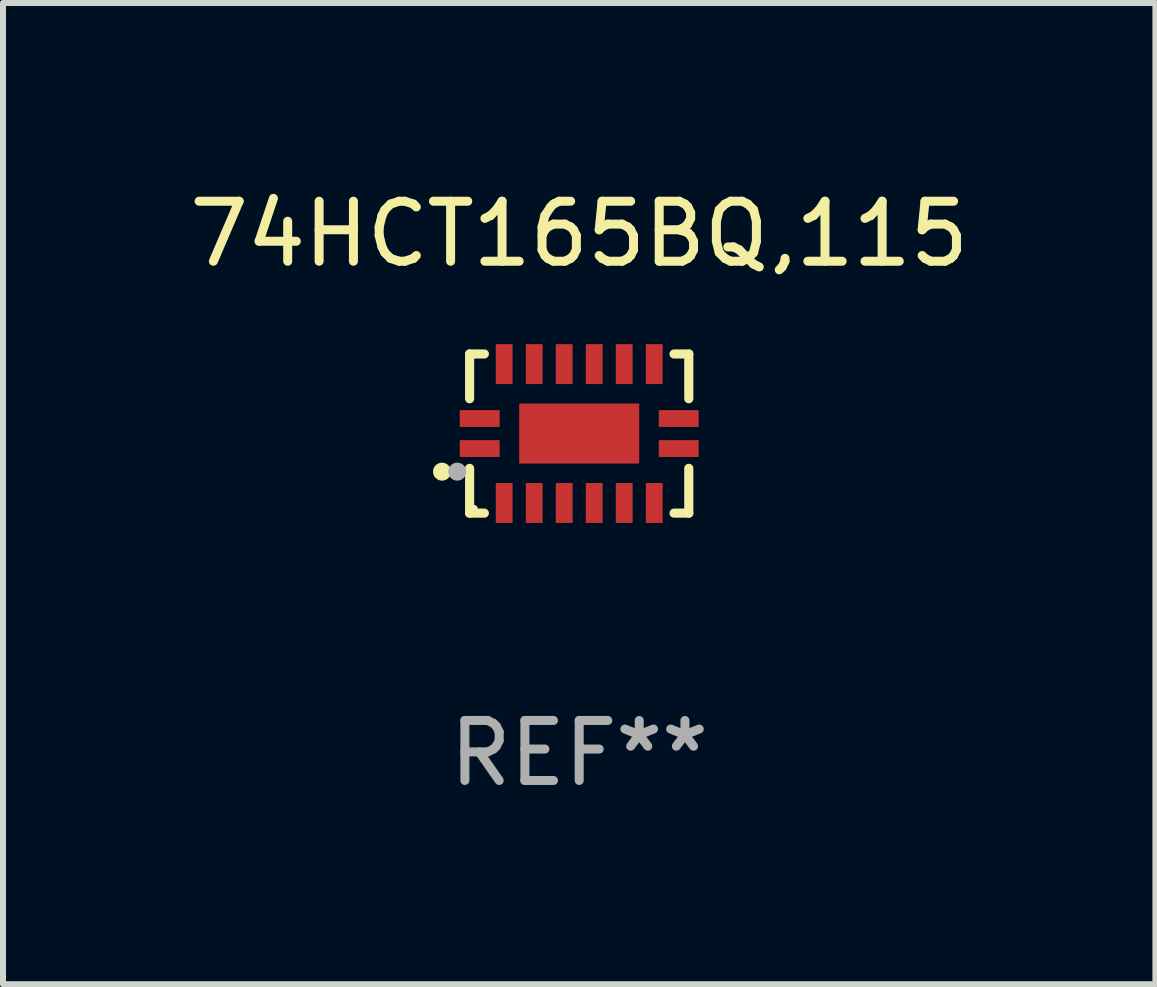
<source format=kicad_pcb>
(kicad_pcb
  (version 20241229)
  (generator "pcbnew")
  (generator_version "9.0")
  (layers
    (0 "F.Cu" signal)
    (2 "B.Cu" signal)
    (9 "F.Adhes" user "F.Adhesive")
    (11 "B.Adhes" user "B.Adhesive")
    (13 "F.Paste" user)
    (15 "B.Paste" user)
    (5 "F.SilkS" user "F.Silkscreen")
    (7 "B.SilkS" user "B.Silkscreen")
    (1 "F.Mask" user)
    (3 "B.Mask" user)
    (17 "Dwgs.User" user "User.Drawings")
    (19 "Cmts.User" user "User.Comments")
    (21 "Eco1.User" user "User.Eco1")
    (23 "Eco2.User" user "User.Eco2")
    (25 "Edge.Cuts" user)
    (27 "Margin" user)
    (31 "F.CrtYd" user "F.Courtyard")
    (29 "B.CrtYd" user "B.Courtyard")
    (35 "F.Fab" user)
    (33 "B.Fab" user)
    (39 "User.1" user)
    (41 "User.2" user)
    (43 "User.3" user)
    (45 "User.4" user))
  (footprint "74HCT165BQ,115"
    (layer "F.Cu")
    (at 6.601 4.174)
    (property "Reference" "74HCT165BQ,115" (at 0 -3.326 0) (layer "F.SilkS") (effects (font (size 1 1) (thickness 0.15))))
    (attr through_hole)
    (fp_line (start -1.826 -1.326) (end -1.58 -1.326) (stroke (width 0.152) (type solid)) (layer "F.SilkS"))
    (fp_line (start -1.826 -0.58) (end -1.826 -1.326) (stroke (width 0.152) (type solid)) (layer "F.SilkS"))
    (fp_line (start -1.826 0.58) (end -1.826 1.326) (stroke (width 0.152) (type solid)) (layer "F.SilkS"))
    (fp_line (start -1.826 1.326) (end -1.58 1.326) (stroke (width 0.152) (type solid)) (layer "F.SilkS"))
    (fp_line (start 1.826 -1.326) (end 1.58 -1.326) (stroke (width 0.152) (type solid)) (layer "F.SilkS"))
    (fp_line (start 1.826 -0.58) (end 1.826 -1.326) (stroke (width 0.152) (type solid)) (layer "F.SilkS"))
    (fp_line (start 1.826 0.58) (end 1.826 1.326) (stroke (width 0.152) (type solid)) (layer "F.SilkS"))
    (fp_line (start 1.826 1.326) (end 1.58 1.326) (stroke (width 0.152) (type solid)) (layer "F.SilkS"))
    (fp_circle (center -2.286 0.635) (end -2.211 0.635) (stroke (width 0.15) (type solid)) (fill no) (layer "F.SilkS"))
    (fp_circle (center -1.75 1.25) (end -1.72 1.25) (stroke (width 0.06) (type solid)) (fill no) (layer "F.SilkS"))
    (fp_circle (center -2.032 0.635) (end -1.957 0.635) (stroke (width 0.15) (type solid)) (fill no) (layer "F.Fab"))
    (fp_text user "REF**" (at 0 5.326 0) (layer "F.Fab") (effects (font (size 1 1) (thickness 0.15))))
    (pad "1" smd rect (at -1.658 0.25) (size 0.665 0.28) (layers "F.Cu" "F.Mask" "F.Paste"))
    (pad "2" smd rect (at -1.25 1.157) (size 0.28 0.665) (layers "F.Cu" "F.Mask" "F.Paste"))
    (pad "3" smd rect (at -0.75 1.157) (size 0.28 0.665) (layers "F.Cu" "F.Mask" "F.Paste"))
    (pad "4" smd rect (at -0.25 1.157) (size 0.28 0.665) (layers "F.Cu" "F.Mask" "F.Paste"))
    (pad "5" smd rect (at 0.25 1.157) (size 0.28 0.665) (layers "F.Cu" "F.Mask" "F.Paste"))
    (pad "6" smd rect (at 0.75 1.157) (size 0.28 0.665) (layers "F.Cu" "F.Mask" "F.Paste"))
    (pad "7" smd rect (at 1.25 1.157) (size 0.28 0.665) (layers "F.Cu" "F.Mask" "F.Paste"))
    (pad "8" smd rect (at 1.658 0.25) (size 0.665 0.28) (layers "F.Cu" "F.Mask" "F.Paste"))
    (pad "9" smd rect (at 1.658 -0.25) (size 0.665 0.28) (layers "F.Cu" "F.Mask" "F.Paste"))
    (pad "10" smd rect (at 1.25 -1.157) (size 0.28 0.665) (layers "F.Cu" "F.Mask" "F.Paste"))
    (pad "11" smd rect (at 0.75 -1.157) (size 0.28 0.665) (layers "F.Cu" "F.Mask" "F.Paste"))
    (pad "12" smd rect (at 0.25 -1.157) (size 0.28 0.665) (layers "F.Cu" "F.Mask" "F.Paste"))
    (pad "13" smd rect (at -0.25 -1.157) (size 0.28 0.665) (layers "F.Cu" "F.Mask" "F.Paste"))
    (pad "14" smd rect (at -0.75 -1.157) (size 0.28 0.665) (layers "F.Cu" "F.Mask" "F.Paste"))
    (pad "15" smd rect (at -1.25 -1.157) (size 0.28 0.665) (layers "F.Cu" "F.Mask" "F.Paste"))
    (pad "16" smd rect (at -1.658 -0.25) (size 0.665 0.28) (layers "F.Cu" "F.Mask" "F.Paste"))
    (pad "17" smd rect (at 0 0) (size 2 1) (layers "F.Cu" "F.Mask" "F.Paste")))
  (gr_rect
    (start -3 -3)
    (end 16.202 13.349)
    (stroke (width 0.1) (type default))
    (fill no)
    (layer "Edge.Cuts")))
</source>
